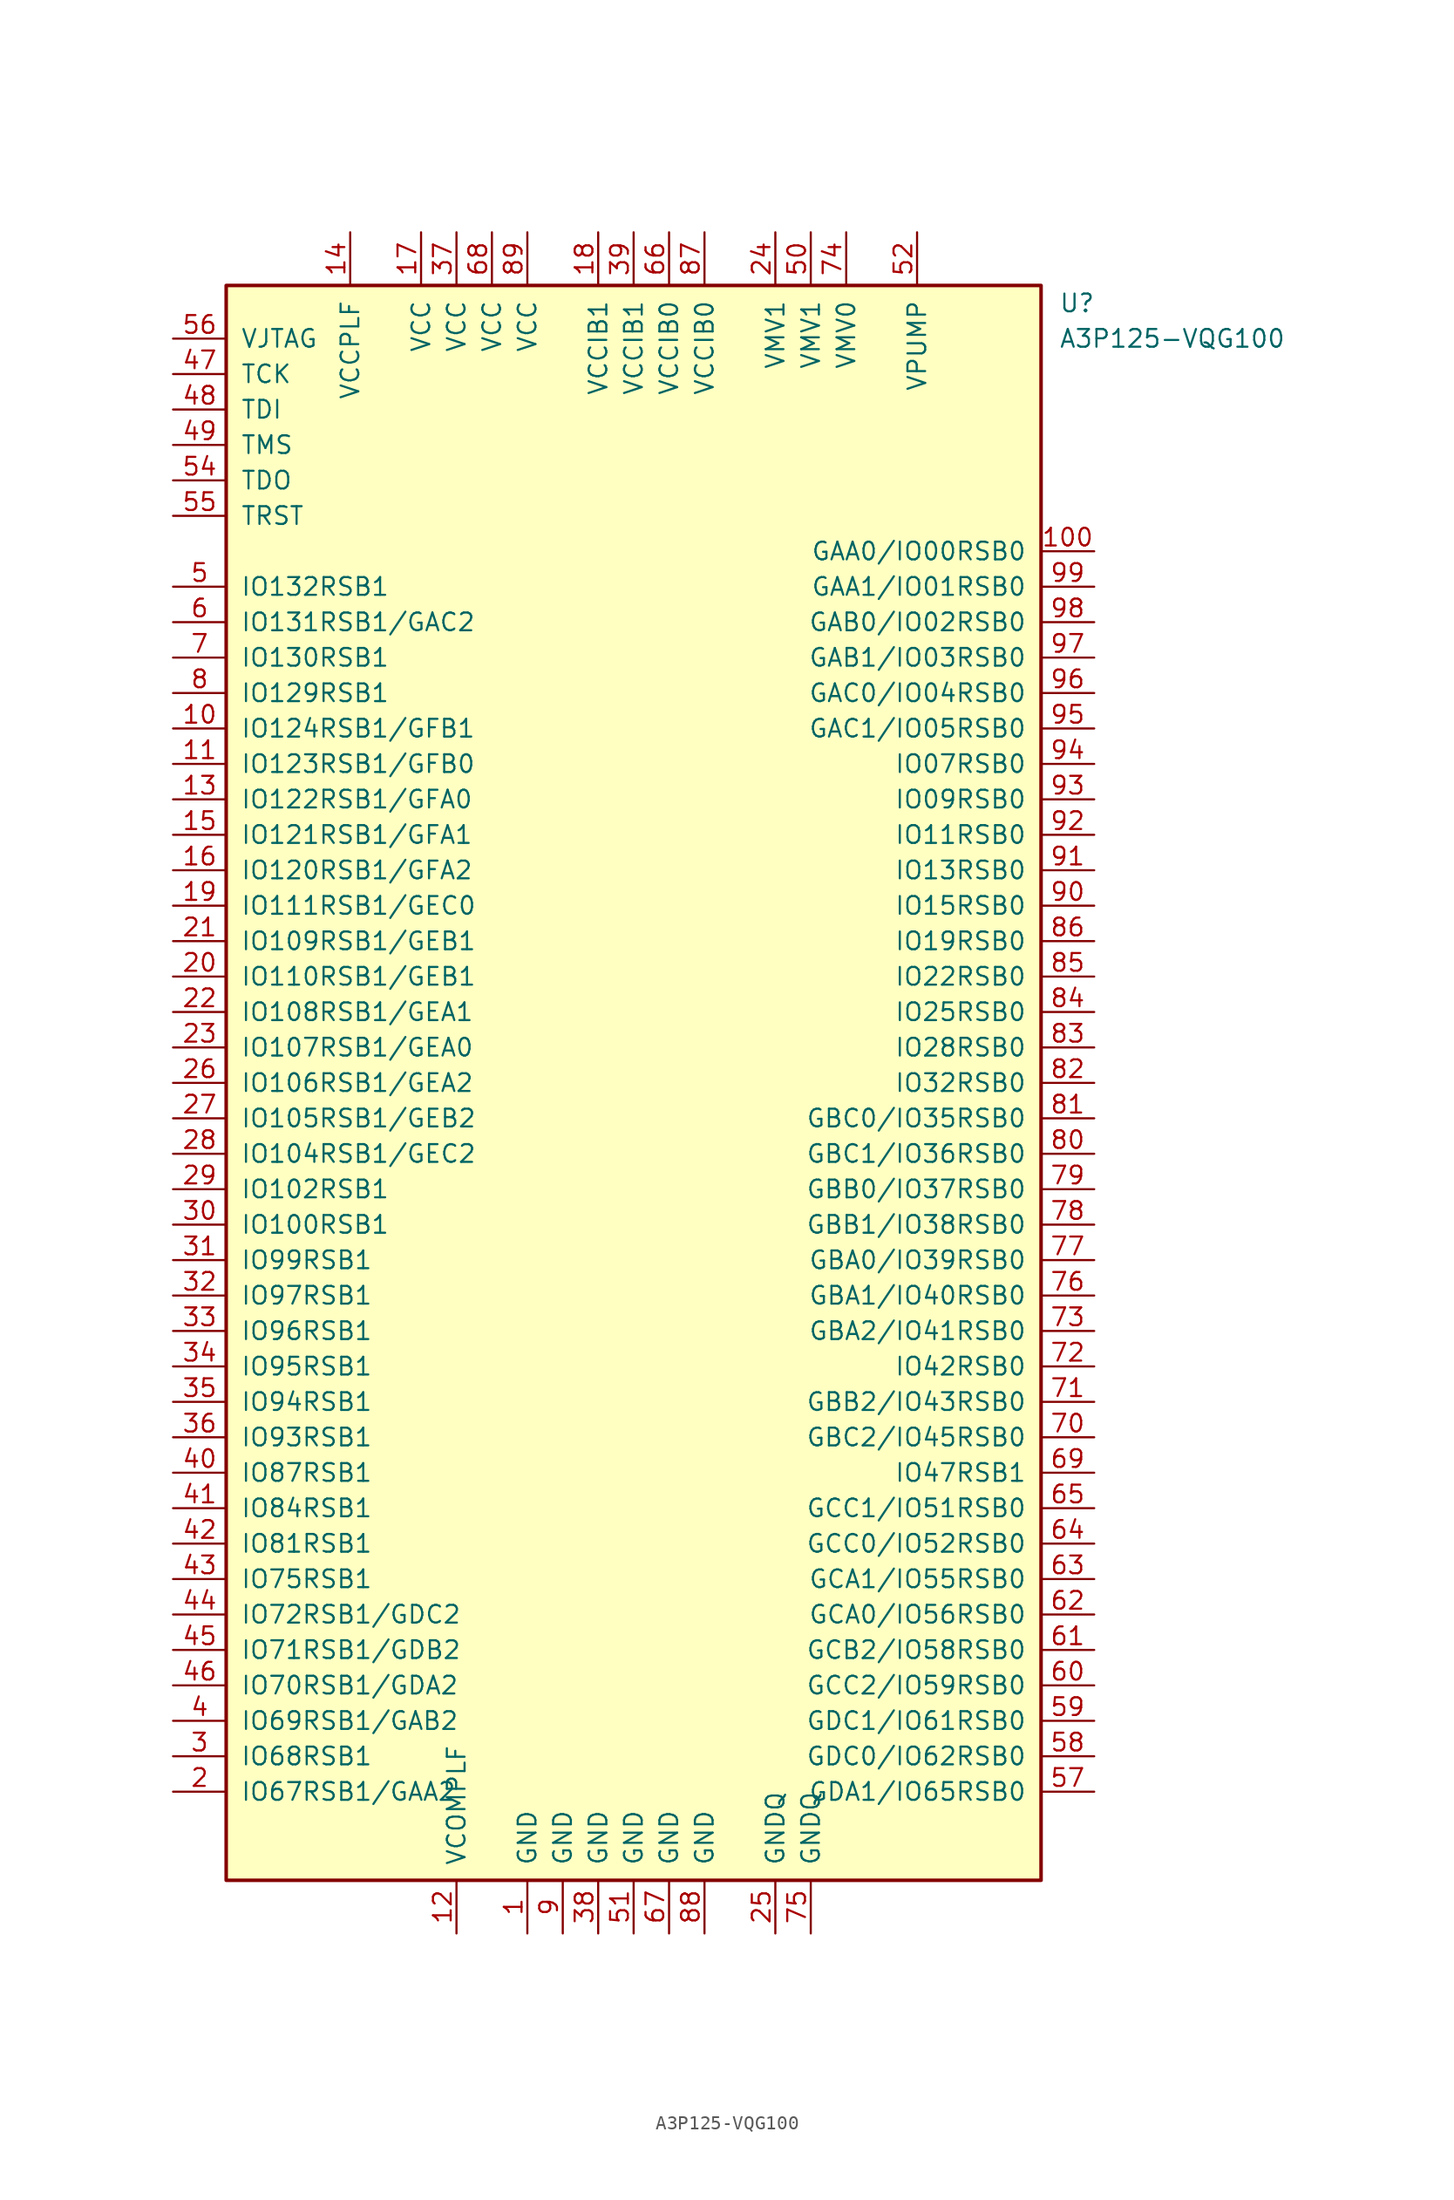
<source format=kicad_sym>
(kicad_symbol_lib
  (version 20211014)
  (generator kicad_symbol_editor)
  (symbol "A3P125-VQG100"
    (pin_names
      (offset 1.016))
    (property "Reference" "U"
      (at 30.48 55.88 0)
      (effects (font (size 1.27 1.27)) (justify left)))
    (property "Value" "A3P125-VQG100"
      (at 30.48 53.34 0)
      (effects (font (size 1.27 1.27)) (justify left)))
    (symbol "A3P125-VQG100_0_1"
      (rectangle (start -29.21 57.15) (end 29.21 -57.15) (stroke (width 0.254) (type default) (color 0 0 0 0)) (fill (type background))))
    (symbol "A3P125-VQG100_1_1"
      (pin power_in line (at -7.62 -60.96 90) (length 3.81) (name "GND" (effects (font (size 1.27 1.27)))) (number "1" (effects (font (size 1.27 1.27)))))
      (pin bidirectional line (at -33.02 25.4 0) (length 3.81) (name "IO124RSB1/GFB1" (effects (font (size 1.27 1.27)))) (number "10" (effects (font (size 1.27 1.27)))))
      (pin bidirectional line (at 33.02 38.1 180) (length 3.81) (name "GAA0/IO00RSB0" (effects (font (size 1.27 1.27)))) (number "100" (effects (font (size 1.27 1.27)))))
      (pin bidirectional line (at -33.02 22.86 0) (length 3.81) (name "IO123RSB1/GFB0" (effects (font (size 1.27 1.27)))) (number "11" (effects (font (size 1.27 1.27)))))
      (pin power_in line (at -12.7 -60.96 90) (length 3.81) (name "VCOMPLF" (effects (font (size 1.27 1.27)))) (number "12" (effects (font (size 1.27 1.27)))))
      (pin bidirectional line (at -33.02 20.32 0) (length 3.81) (name "IO122RSB1/GFA0" (effects (font (size 1.27 1.27)))) (number "13" (effects (font (size 1.27 1.27)))))
      (pin power_in line (at -20.32 60.96 270) (length 3.81) (name "VCCPLF" (effects (font (size 1.27 1.27)))) (number "14" (effects (font (size 1.27 1.27)))))
      (pin bidirectional line (at -33.02 17.78 0) (length 3.81) (name "IO121RSB1/GFA1" (effects (font (size 1.27 1.27)))) (number "15" (effects (font (size 1.27 1.27)))))
      (pin bidirectional line (at -33.02 15.24 0) (length 3.81) (name "IO120RSB1/GFA2" (effects (font (size 1.27 1.27)))) (number "16" (effects (font (size 1.27 1.27)))))
      (pin power_in line (at -15.24 60.96 270) (length 3.81) (name "VCC" (effects (font (size 1.27 1.27)))) (number "17" (effects (font (size 1.27 1.27)))))
      (pin power_in line (at -2.54 60.96 270) (length 3.81) (name "VCCIB1" (effects (font (size 1.27 1.27)))) (number "18" (effects (font (size 1.27 1.27)))))
      (pin bidirectional line (at -33.02 12.7 0) (length 3.81) (name "IO111RSB1/GEC0" (effects (font (size 1.27 1.27)))) (number "19" (effects (font (size 1.27 1.27)))))
      (pin bidirectional line (at -33.02 -50.8 0) (length 3.81) (name "IO67RSB1/GAA2" (effects (font (size 1.27 1.27)))) (number "2" (effects (font (size 1.27 1.27)))))
      (pin bidirectional line (at -33.02 7.62 0) (length 3.81) (name "IO110RSB1/GEB1" (effects (font (size 1.27 1.27)))) (number "20" (effects (font (size 1.27 1.27)))))
      (pin bidirectional line (at -33.02 10.16 0) (length 3.81) (name "IO109RSB1/GEB1" (effects (font (size 1.27 1.27)))) (number "21" (effects (font (size 1.27 1.27)))))
      (pin bidirectional line (at -33.02 5.08 0) (length 3.81) (name "IO108RSB1/GEA1" (effects (font (size 1.27 1.27)))) (number "22" (effects (font (size 1.27 1.27)))))
      (pin bidirectional line (at -33.02 2.54 0) (length 3.81) (name "IO107RSB1/GEA0" (effects (font (size 1.27 1.27)))) (number "23" (effects (font (size 1.27 1.27)))))
      (pin power_in line (at 10.16 60.96 270) (length 3.81) (name "VMV1" (effects (font (size 1.27 1.27)))) (number "24" (effects (font (size 1.27 1.27)))))
      (pin power_in line (at 10.16 -60.96 90) (length 3.81) (name "GNDQ" (effects (font (size 1.27 1.27)))) (number "25" (effects (font (size 1.27 1.27)))))
      (pin bidirectional line (at -33.02 0 0) (length 3.81) (name "IO106RSB1/GEA2" (effects (font (size 1.27 1.27)))) (number "26" (effects (font (size 1.27 1.27)))))
      (pin bidirectional line (at -33.02 -2.54 0) (length 3.81) (name "IO105RSB1/GEB2" (effects (font (size 1.27 1.27)))) (number "27" (effects (font (size 1.27 1.27)))))
      (pin bidirectional line (at -33.02 -5.08 0) (length 3.81) (name "IO104RSB1/GEC2" (effects (font (size 1.27 1.27)))) (number "28" (effects (font (size 1.27 1.27)))))
      (pin bidirectional line (at -33.02 -7.62 0) (length 3.81) (name "IO102RSB1" (effects (font (size 1.27 1.27)))) (number "29" (effects (font (size 1.27 1.27)))))
      (pin bidirectional line (at -33.02 -48.26 0) (length 3.81) (name "IO68RSB1" (effects (font (size 1.27 1.27)))) (number "3" (effects (font (size 1.27 1.27)))))
      (pin bidirectional line (at -33.02 -10.16 0) (length 3.81) (name "IO100RSB1" (effects (font (size 1.27 1.27)))) (number "30" (effects (font (size 1.27 1.27)))))
      (pin bidirectional line (at -33.02 -12.7 0) (length 3.81) (name "IO99RSB1" (effects (font (size 1.27 1.27)))) (number "31" (effects (font (size 1.27 1.27)))))
      (pin bidirectional line (at -33.02 -15.24 0) (length 3.81) (name "IO97RSB1" (effects (font (size 1.27 1.27)))) (number "32" (effects (font (size 1.27 1.27)))))
      (pin bidirectional line (at -33.02 -17.78 0) (length 3.81) (name "IO96RSB1" (effects (font (size 1.27 1.27)))) (number "33" (effects (font (size 1.27 1.27)))))
      (pin bidirectional line (at -33.02 -20.32 0) (length 3.81) (name "IO95RSB1" (effects (font (size 1.27 1.27)))) (number "34" (effects (font (size 1.27 1.27)))))
      (pin bidirectional line (at -33.02 -22.86 0) (length 3.81) (name "IO94RSB1" (effects (font (size 1.27 1.27)))) (number "35" (effects (font (size 1.27 1.27)))))
      (pin bidirectional line (at -33.02 -25.4 0) (length 3.81) (name "IO93RSB1" (effects (font (size 1.27 1.27)))) (number "36" (effects (font (size 1.27 1.27)))))
      (pin power_in line (at -12.7 60.96 270) (length 3.81) (name "VCC" (effects (font (size 1.27 1.27)))) (number "37" (effects (font (size 1.27 1.27)))))
      (pin power_in line (at -2.54 -60.96 90) (length 3.81) (name "GND" (effects (font (size 1.27 1.27)))) (number "38" (effects (font (size 1.27 1.27)))))
      (pin power_in line (at 0 60.96 270) (length 3.81) (name "VCCIB1" (effects (font (size 1.27 1.27)))) (number "39" (effects (font (size 1.27 1.27)))))
      (pin bidirectional line (at -33.02 -45.72 0) (length 3.81) (name "IO69RSB1/GAB2" (effects (font (size 1.27 1.27)))) (number "4" (effects (font (size 1.27 1.27)))))
      (pin bidirectional line (at -33.02 -27.94 0) (length 3.81) (name "IO87RSB1" (effects (font (size 1.27 1.27)))) (number "40" (effects (font (size 1.27 1.27)))))
      (pin bidirectional line (at -33.02 -30.48 0) (length 3.81) (name "IO84RSB1" (effects (font (size 1.27 1.27)))) (number "41" (effects (font (size 1.27 1.27)))))
      (pin bidirectional line (at -33.02 -33.02 0) (length 3.81) (name "IO81RSB1" (effects (font (size 1.27 1.27)))) (number "42" (effects (font (size 1.27 1.27)))))
      (pin bidirectional line (at -33.02 -35.56 0) (length 3.81) (name "IO75RSB1" (effects (font (size 1.27 1.27)))) (number "43" (effects (font (size 1.27 1.27)))))
      (pin bidirectional line (at -33.02 -38.1 0) (length 3.81) (name "IO72RSB1/GDC2" (effects (font (size 1.27 1.27)))) (number "44" (effects (font (size 1.27 1.27)))))
      (pin bidirectional line (at -33.02 -40.64 0) (length 3.81) (name "IO71RSB1/GDB2" (effects (font (size 1.27 1.27)))) (number "45" (effects (font (size 1.27 1.27)))))
      (pin bidirectional line (at -33.02 -43.18 0) (length 3.81) (name "IO70RSB1/GDA2" (effects (font (size 1.27 1.27)))) (number "46" (effects (font (size 1.27 1.27)))))
      (pin bidirectional line (at -33.02 50.8 0) (length 3.81) (name "TCK" (effects (font (size 1.27 1.27)))) (number "47" (effects (font (size 1.27 1.27)))))
      (pin bidirectional line (at -33.02 48.26 0) (length 3.81) (name "TDI" (effects (font (size 1.27 1.27)))) (number "48" (effects (font (size 1.27 1.27)))))
      (pin bidirectional line (at -33.02 45.72 0) (length 3.81) (name "TMS" (effects (font (size 1.27 1.27)))) (number "49" (effects (font (size 1.27 1.27)))))
      (pin bidirectional line (at -33.02 35.56 0) (length 3.81) (name "IO132RSB1" (effects (font (size 1.27 1.27)))) (number "5" (effects (font (size 1.27 1.27)))))
      (pin power_in line (at 12.7 60.96 270) (length 3.81) (name "VMV1" (effects (font (size 1.27 1.27)))) (number "50" (effects (font (size 1.27 1.27)))))
      (pin power_in line (at 0 -60.96 90) (length 3.81) (name "GND" (effects (font (size 1.27 1.27)))) (number "51" (effects (font (size 1.27 1.27)))))
      (pin power_in line (at 20.32 60.96 270) (length 3.81) (name "VPUMP" (effects (font (size 1.27 1.27)))) (number "52" (effects (font (size 1.27 1.27)))))
      (pin bidirectional line (at -33.02 43.18 0) (length 3.81) (name "TDO" (effects (font (size 1.27 1.27)))) (number "54" (effects (font (size 1.27 1.27)))))
      (pin bidirectional line (at -33.02 40.64 0) (length 3.81) (name "TRST" (effects (font (size 1.27 1.27)))) (number "55" (effects (font (size 1.27 1.27)))))
      (pin bidirectional line (at -33.02 53.34 0) (length 3.81) (name "VJTAG" (effects (font (size 1.27 1.27)))) (number "56" (effects (font (size 1.27 1.27)))))
      (pin bidirectional line (at 33.02 -50.8 180) (length 3.81) (name "GDA1/IO65RSB0" (effects (font (size 1.27 1.27)))) (number "57" (effects (font (size 1.27 1.27)))))
      (pin bidirectional line (at 33.02 -48.26 180) (length 3.81) (name "GDC0/IO62RSB0" (effects (font (size 1.27 1.27)))) (number "58" (effects (font (size 1.27 1.27)))))
      (pin bidirectional line (at 33.02 -45.72 180) (length 3.81) (name "GDC1/IO61RSB0" (effects (font (size 1.27 1.27)))) (number "59" (effects (font (size 1.27 1.27)))))
      (pin bidirectional line (at -33.02 33.02 0) (length 3.81) (name "IO131RSB1/GAC2" (effects (font (size 1.27 1.27)))) (number "6" (effects (font (size 1.27 1.27)))))
      (pin bidirectional line (at 33.02 -43.18 180) (length 3.81) (name "GCC2/IO59RSB0" (effects (font (size 1.27 1.27)))) (number "60" (effects (font (size 1.27 1.27)))))
      (pin bidirectional line (at 33.02 -40.64 180) (length 3.81) (name "GCB2/IO58RSB0" (effects (font (size 1.27 1.27)))) (number "61" (effects (font (size 1.27 1.27)))))
      (pin bidirectional line (at 33.02 -38.1 180) (length 3.81) (name "GCA0/IO56RSB0" (effects (font (size 1.27 1.27)))) (number "62" (effects (font (size 1.27 1.27)))))
      (pin bidirectional line (at 33.02 -35.56 180) (length 3.81) (name "GCA1/IO55RSB0" (effects (font (size 1.27 1.27)))) (number "63" (effects (font (size 1.27 1.27)))))
      (pin bidirectional line (at 33.02 -33.02 180) (length 3.81) (name "GCC0/IO52RSB0" (effects (font (size 1.27 1.27)))) (number "64" (effects (font (size 1.27 1.27)))))
      (pin bidirectional line (at 33.02 -30.48 180) (length 3.81) (name "GCC1/IO51RSB0" (effects (font (size 1.27 1.27)))) (number "65" (effects (font (size 1.27 1.27)))))
      (pin power_in line (at 2.54 60.96 270) (length 3.81) (name "VCCIB0" (effects (font (size 1.27 1.27)))) (number "66" (effects (font (size 1.27 1.27)))))
      (pin power_in line (at 2.54 -60.96 90) (length 3.81) (name "GND" (effects (font (size 1.27 1.27)))) (number "67" (effects (font (size 1.27 1.27)))))
      (pin power_in line (at -10.16 60.96 270) (length 3.81) (name "VCC" (effects (font (size 1.27 1.27)))) (number "68" (effects (font (size 1.27 1.27)))))
      (pin bidirectional line (at 33.02 -27.94 180) (length 3.81) (name "IO47RSB1" (effects (font (size 1.27 1.27)))) (number "69" (effects (font (size 1.27 1.27)))))
      (pin input line (at -33.02 30.48 0) (length 3.81) (name "IO130RSB1" (effects (font (size 1.27 1.27)))) (number "7" (effects (font (size 1.27 1.27)))))
      (pin bidirectional line (at 33.02 -25.4 180) (length 3.81) (name "GBC2/IO45RSB0" (effects (font (size 1.27 1.27)))) (number "70" (effects (font (size 1.27 1.27)))))
      (pin bidirectional line (at 33.02 -22.86 180) (length 3.81) (name "GBB2/IO43RSB0" (effects (font (size 1.27 1.27)))) (number "71" (effects (font (size 1.27 1.27)))))
      (pin bidirectional line (at 33.02 -20.32 180) (length 3.81) (name "IO42RSB0" (effects (font (size 1.27 1.27)))) (number "72" (effects (font (size 1.27 1.27)))))
      (pin bidirectional line (at 33.02 -17.78 180) (length 3.81) (name "GBA2/IO41RSB0" (effects (font (size 1.27 1.27)))) (number "73" (effects (font (size 1.27 1.27)))))
      (pin power_in line (at 15.24 60.96 270) (length 3.81) (name "VMV0" (effects (font (size 1.27 1.27)))) (number "74" (effects (font (size 1.27 1.27)))))
      (pin power_in line (at 12.7 -60.96 90) (length 3.81) (name "GNDQ" (effects (font (size 1.27 1.27)))) (number "75" (effects (font (size 1.27 1.27)))))
      (pin bidirectional line (at 33.02 -15.24 180) (length 3.81) (name "GBA1/IO40RSB0" (effects (font (size 1.27 1.27)))) (number "76" (effects (font (size 1.27 1.27)))))
      (pin bidirectional line (at 33.02 -12.7 180) (length 3.81) (name "GBA0/IO39RSB0" (effects (font (size 1.27 1.27)))) (number "77" (effects (font (size 1.27 1.27)))))
      (pin bidirectional line (at 33.02 -10.16 180) (length 3.81) (name "GBB1/IO38RSB0" (effects (font (size 1.27 1.27)))) (number "78" (effects (font (size 1.27 1.27)))))
      (pin bidirectional line (at 33.02 -7.62 180) (length 3.81) (name "GBB0/IO37RSB0" (effects (font (size 1.27 1.27)))) (number "79" (effects (font (size 1.27 1.27)))))
      (pin bidirectional line (at -33.02 27.94 0) (length 3.81) (name "IO129RSB1" (effects (font (size 1.27 1.27)))) (number "8" (effects (font (size 1.27 1.27)))))
      (pin bidirectional line (at 33.02 -5.08 180) (length 3.81) (name "GBC1/IO36RSB0" (effects (font (size 1.27 1.27)))) (number "80" (effects (font (size 1.27 1.27)))))
      (pin bidirectional line (at 33.02 -2.54 180) (length 3.81) (name "GBC0/IO35RSB0" (effects (font (size 1.27 1.27)))) (number "81" (effects (font (size 1.27 1.27)))))
      (pin bidirectional line (at 33.02 0 180) (length 3.81) (name "IO32RSB0" (effects (font (size 1.27 1.27)))) (number "82" (effects (font (size 1.27 1.27)))))
      (pin bidirectional line (at 33.02 2.54 180) (length 3.81) (name "IO28RSB0" (effects (font (size 1.27 1.27)))) (number "83" (effects (font (size 1.27 1.27)))))
      (pin bidirectional line (at 33.02 5.08 180) (length 3.81) (name "IO25RSB0" (effects (font (size 1.27 1.27)))) (number "84" (effects (font (size 1.27 1.27)))))
      (pin bidirectional line (at 33.02 7.62 180) (length 3.81) (name "IO22RSB0" (effects (font (size 1.27 1.27)))) (number "85" (effects (font (size 1.27 1.27)))))
      (pin bidirectional line (at 33.02 10.16 180) (length 3.81) (name "IO19RSB0" (effects (font (size 1.27 1.27)))) (number "86" (effects (font (size 1.27 1.27)))))
      (pin power_in line (at 5.08 60.96 270) (length 3.81) (name "VCCIB0" (effects (font (size 1.27 1.27)))) (number "87" (effects (font (size 1.27 1.27)))))
      (pin power_in line (at 5.08 -60.96 90) (length 3.81) (name "GND" (effects (font (size 1.27 1.27)))) (number "88" (effects (font (size 1.27 1.27)))))
      (pin power_in line (at -7.62 60.96 270) (length 3.81) (name "VCC" (effects (font (size 1.27 1.27)))) (number "89" (effects (font (size 1.27 1.27)))))
      (pin power_in line (at -5.08 -60.96 90) (length 3.81) (name "GND" (effects (font (size 1.27 1.27)))) (number "9" (effects (font (size 1.27 1.27)))))
      (pin input line (at 33.02 12.7 180) (length 3.81) (name "IO15RSB0" (effects (font (size 1.27 1.27)))) (number "90" (effects (font (size 1.27 1.27)))))
      (pin bidirectional line (at 33.02 15.24 180) (length 3.81) (name "IO13RSB0" (effects (font (size 1.27 1.27)))) (number "91" (effects (font (size 1.27 1.27)))))
      (pin bidirectional line (at 33.02 17.78 180) (length 3.81) (name "IO11RSB0" (effects (font (size 1.27 1.27)))) (number "92" (effects (font (size 1.27 1.27)))))
      (pin bidirectional line (at 33.02 20.32 180) (length 3.81) (name "IO09RSB0" (effects (font (size 1.27 1.27)))) (number "93" (effects (font (size 1.27 1.27)))))
      (pin bidirectional line (at 33.02 22.86 180) (length 3.81) (name "IO07RSB0" (effects (font (size 1.27 1.27)))) (number "94" (effects (font (size 1.27 1.27)))))
      (pin bidirectional line (at 33.02 25.4 180) (length 3.81) (name "GAC1/IO05RSB0" (effects (font (size 1.27 1.27)))) (number "95" (effects (font (size 1.27 1.27)))))
      (pin bidirectional line (at 33.02 27.94 180) (length 3.81) (name "GAC0/IO04RSB0" (effects (font (size 1.27 1.27)))) (number "96" (effects (font (size 1.27 1.27)))))
      (pin bidirectional line (at 33.02 30.48 180) (length 3.81) (name "GAB1/IO03RSB0" (effects (font (size 1.27 1.27)))) (number "97" (effects (font (size 1.27 1.27)))))
      (pin bidirectional line (at 33.02 33.02 180) (length 3.81) (name "GAB0/IO02RSB0" (effects (font (size 1.27 1.27)))) (number "98" (effects (font (size 1.27 1.27)))))
      (pin bidirectional line (at 33.02 35.56 180) (length 3.81) (name "GAA1/IO01RSB0" (effects (font (size 1.27 1.27)))) (number "99" (effects (font (size 1.27 1.27))))))))
</source>
